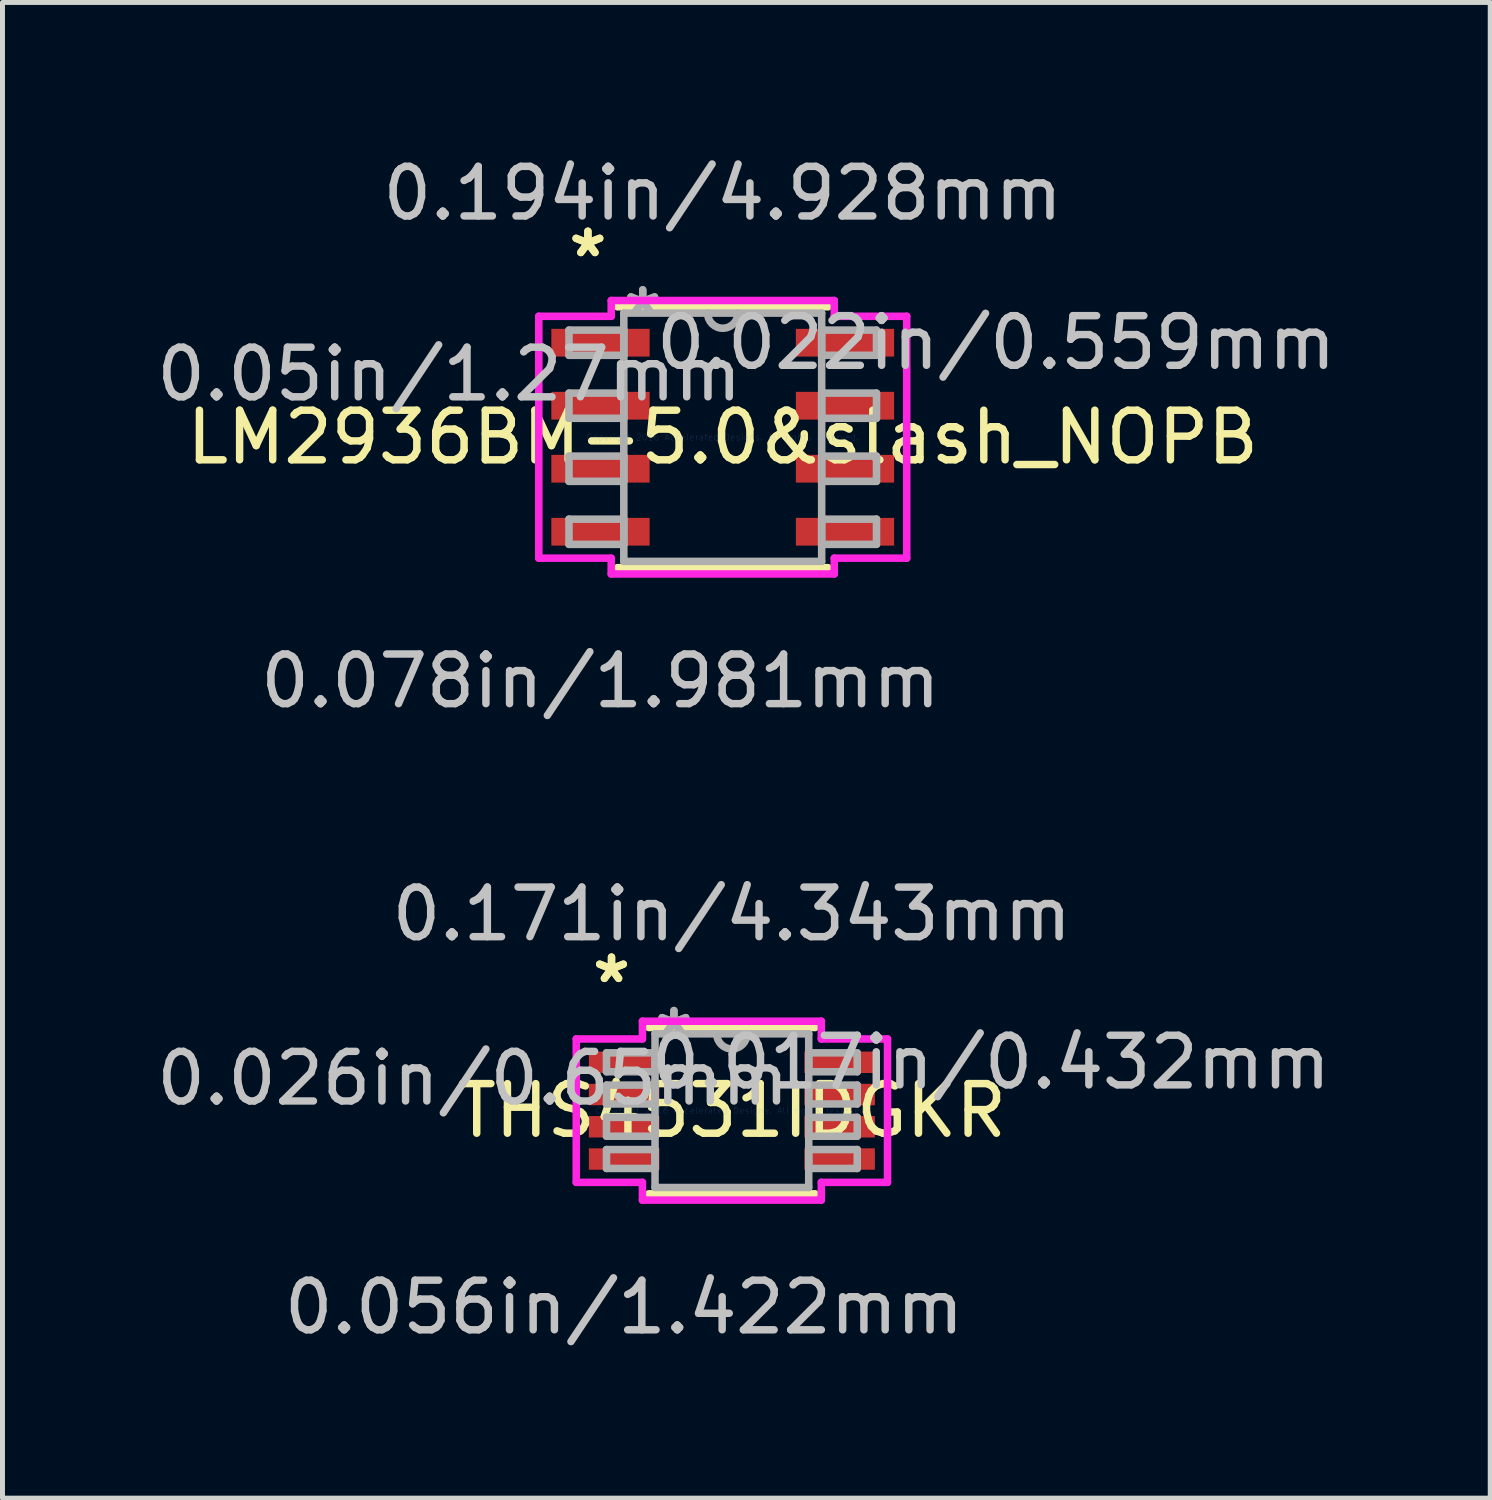
<source format=kicad_pcb>
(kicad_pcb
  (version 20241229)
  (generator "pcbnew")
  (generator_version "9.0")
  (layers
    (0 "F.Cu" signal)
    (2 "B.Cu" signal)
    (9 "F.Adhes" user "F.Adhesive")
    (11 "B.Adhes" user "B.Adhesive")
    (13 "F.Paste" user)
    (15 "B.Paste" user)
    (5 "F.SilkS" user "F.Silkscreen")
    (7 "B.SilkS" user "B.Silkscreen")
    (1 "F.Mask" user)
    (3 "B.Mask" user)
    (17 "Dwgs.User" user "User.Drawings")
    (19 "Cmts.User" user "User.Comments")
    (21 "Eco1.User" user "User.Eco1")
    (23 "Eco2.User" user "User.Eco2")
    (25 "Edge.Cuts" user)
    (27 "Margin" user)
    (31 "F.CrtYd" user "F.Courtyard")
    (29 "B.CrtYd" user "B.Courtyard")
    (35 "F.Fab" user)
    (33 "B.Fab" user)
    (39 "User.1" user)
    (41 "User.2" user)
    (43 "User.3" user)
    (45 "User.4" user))
  (footprint "LM2936BM-5.0&slash_NOPB"
    (layer "F.Cu")
    (at 11.518 5.763)
    (property "Reference" "LM2936BM-5.0&slash_NOPB" (at 0 0 0) (layer "F.SilkS") (effects (font (size 1 1) (thickness 0.15))))
    (attr through_hole)
    (fp_line (start -2.121 2.629) (end 2.121 2.629) (stroke (width 0.152) (type solid)) (layer "F.SilkS"))
    (fp_line (start 2.121 -2.629) (end -2.121 -2.629) (stroke (width 0.152) (type solid)) (layer "F.SilkS"))
    (fp_line (start -3.708 -2.438) (end -2.248 -2.438) (stroke (width 0.152) (type solid)) (layer "F.CrtYd"))
    (fp_line (start -3.708 2.438) (end -3.708 -2.438) (stroke (width 0.152) (type solid)) (layer "F.CrtYd"))
    (fp_line (start -2.248 -2.756) (end 2.248 -2.756) (stroke (width 0.152) (type solid)) (layer "F.CrtYd"))
    (fp_line (start -2.248 -2.438) (end -2.248 -2.756) (stroke (width 0.152) (type solid)) (layer "F.CrtYd"))
    (fp_line (start -2.248 2.438) (end -3.708 2.438) (stroke (width 0.152) (type solid)) (layer "F.CrtYd"))
    (fp_line (start -2.248 2.756) (end -2.248 2.438) (stroke (width 0.152) (type solid)) (layer "F.CrtYd"))
    (fp_line (start 2.248 -2.756) (end 2.248 -2.438) (stroke (width 0.152) (type solid)) (layer "F.CrtYd"))
    (fp_line (start 2.248 -2.438) (end 3.708 -2.438) (stroke (width 0.152) (type solid)) (layer "F.CrtYd"))
    (fp_line (start 2.248 2.438) (end 2.248 2.756) (stroke (width 0.152) (type solid)) (layer "F.CrtYd"))
    (fp_line (start 2.248 2.756) (end -2.248 2.756) (stroke (width 0.152) (type solid)) (layer "F.CrtYd"))
    (fp_line (start 3.708 -2.438) (end 3.708 2.438) (stroke (width 0.152) (type solid)) (layer "F.CrtYd"))
    (fp_line (start 3.708 2.438) (end 2.248 2.438) (stroke (width 0.152) (type solid)) (layer "F.CrtYd"))
    (fp_line (start -3.099 -2.159) (end -3.099 -1.651) (stroke (width 0.152) (type solid)) (layer "F.Fab"))
    (fp_line (start -3.099 -1.651) (end -1.994 -1.651) (stroke (width 0.152) (type solid)) (layer "F.Fab"))
    (fp_line (start -3.099 -0.889) (end -3.099 -0.381) (stroke (width 0.152) (type solid)) (layer "F.Fab"))
    (fp_line (start -3.099 -0.381) (end -1.994 -0.381) (stroke (width 0.152) (type solid)) (layer "F.Fab"))
    (fp_line (start -3.099 0.381) (end -3.099 0.889) (stroke (width 0.152) (type solid)) (layer "F.Fab"))
    (fp_line (start -3.099 0.889) (end -1.994 0.889) (stroke (width 0.152) (type solid)) (layer "F.Fab"))
    (fp_line (start -3.099 1.651) (end -3.099 2.159) (stroke (width 0.152) (type solid)) (layer "F.Fab"))
    (fp_line (start -3.099 2.159) (end -1.994 2.159) (stroke (width 0.152) (type solid)) (layer "F.Fab"))
    (fp_line (start -1.994 -2.502) (end -1.994 2.502) (stroke (width 0.152) (type solid)) (layer "F.Fab"))
    (fp_line (start -1.994 -2.159) (end -3.099 -2.159) (stroke (width 0.152) (type solid)) (layer "F.Fab"))
    (fp_line (start -1.994 -1.651) (end -1.994 -2.159) (stroke (width 0.152) (type solid)) (layer "F.Fab"))
    (fp_line (start -1.994 -0.889) (end -3.099 -0.889) (stroke (width 0.152) (type solid)) (layer "F.Fab"))
    (fp_line (start -1.994 -0.381) (end -1.994 -0.889) (stroke (width 0.152) (type solid)) (layer "F.Fab"))
    (fp_line (start -1.994 0.381) (end -3.099 0.381) (stroke (width 0.152) (type solid)) (layer "F.Fab"))
    (fp_line (start -1.994 0.889) (end -1.994 0.381) (stroke (width 0.152) (type solid)) (layer "F.Fab"))
    (fp_line (start -1.994 1.651) (end -3.099 1.651) (stroke (width 0.152) (type solid)) (layer "F.Fab"))
    (fp_line (start -1.994 2.159) (end -1.994 1.651) (stroke (width 0.152) (type solid)) (layer "F.Fab"))
    (fp_line (start -1.994 2.502) (end 1.994 2.502) (stroke (width 0.152) (type solid)) (layer "F.Fab"))
    (fp_line (start 1.994 -2.502) (end -1.994 -2.502) (stroke (width 0.152) (type solid)) (layer "F.Fab"))
    (fp_line (start 1.994 -2.159) (end 1.994 -1.651) (stroke (width 0.152) (type solid)) (layer "F.Fab"))
    (fp_line (start 1.994 -1.651) (end 3.099 -1.651) (stroke (width 0.152) (type solid)) (layer "F.Fab"))
    (fp_line (start 1.994 -0.889) (end 1.994 -0.381) (stroke (width 0.152) (type solid)) (layer "F.Fab"))
    (fp_line (start 1.994 -0.381) (end 3.099 -0.381) (stroke (width 0.152) (type solid)) (layer "F.Fab"))
    (fp_line (start 1.994 0.381) (end 1.994 0.889) (stroke (width 0.152) (type solid)) (layer "F.Fab"))
    (fp_line (start 1.994 0.889) (end 3.099 0.889) (stroke (width 0.152) (type solid)) (layer "F.Fab"))
    (fp_line (start 1.994 1.651) (end 1.994 2.159) (stroke (width 0.152) (type solid)) (layer "F.Fab"))
    (fp_line (start 1.994 2.159) (end 3.099 2.159) (stroke (width 0.152) (type solid)) (layer "F.Fab"))
    (fp_line (start 1.994 2.502) (end 1.994 -2.502) (stroke (width 0.152) (type solid)) (layer "F.Fab"))
    (fp_line (start 3.099 -2.159) (end 1.994 -2.159) (stroke (width 0.152) (type solid)) (layer "F.Fab"))
    (fp_line (start 3.099 -1.651) (end 3.099 -2.159) (stroke (width 0.152) (type solid)) (layer "F.Fab"))
    (fp_line (start 3.099 -0.889) (end 1.994 -0.889) (stroke (width 0.152) (type solid)) (layer "F.Fab"))
    (fp_line (start 3.099 -0.381) (end 3.099 -0.889) (stroke (width 0.152) (type solid)) (layer "F.Fab"))
    (fp_line (start 3.099 0.381) (end 1.994 0.381) (stroke (width 0.152) (type solid)) (layer "F.Fab"))
    (fp_line (start 3.099 0.889) (end 3.099 0.381) (stroke (width 0.152) (type solid)) (layer "F.Fab"))
    (fp_line (start 3.099 1.651) (end 1.994 1.651) (stroke (width 0.152) (type solid)) (layer "F.Fab"))
    (fp_line (start 3.099 2.159) (end 3.099 1.651) (stroke (width 0.152) (type solid)) (layer "F.Fab"))
    (fp_arc (start 0.3048 -2.5019) (mid 0 -2.1971) (end -0.3048 -2.5019) (stroke (width 0.1524) (type solid)) (layer "F.Fab"))
    (fp_text user "*" (at -2.718 -3.607 0) (layer "F.SilkS") (effects (font (size 1 1) (thickness 0.15))))
    (fp_text user "*" (at -2.718 -3.607 0) (layer "F.SilkS") (effects (font (size 1 1) (thickness 0.15))))
    (fp_text user "0.194in/4.928mm" (at 0 -4.915 0) (layer "Dwgs.User") (effects (font (size 1 1) (thickness 0.15))))
    (fp_text user "0.078in/1.981mm" (at -2.464 4.915 0) (layer "Dwgs.User") (effects (font (size 1 1) (thickness 0.15))))
    (fp_text user "0.05in/1.27mm" (at -5.512 -1.27 0) (layer "Dwgs.User") (effects (font (size 1 1) (thickness 0.15))))
    (fp_text user "0.022in/0.559mm" (at 5.512 -1.905 0) (layer "Dwgs.User") (effects (font (size 1 1) (thickness 0.15))))
    (fp_text user "Copyright 2016 Accelerated Designs. All rights reserved." (at 0 0 0) (layer "Cmts.User") (effects (font (size 0.127 0.127) (thickness 0.002))))
    (fp_text user "*" (at -1.613 -2.426 0) (layer "F.Fab") (effects (font (size 1 1) (thickness 0.15))))
    (fp_text user "*" (at -1.613 -2.426 0) (layer "F.Fab") (effects (font (size 1 1) (thickness 0.15))))
    (pad "1" smd rect (at -2.464 -1.905) (size 1.981 0.559) (layers "F.Cu" "F.Mask" "F.Paste"))
    (pad "2" smd rect (at -2.464 -0.635) (size 1.981 0.559) (layers "F.Cu" "F.Mask" "F.Paste"))
    (pad "3" smd rect (at -2.464 0.635) (size 1.981 0.559) (layers "F.Cu" "F.Mask" "F.Paste"))
    (pad "4" smd rect (at -2.464 1.905) (size 1.981 0.559) (layers "F.Cu" "F.Mask" "F.Paste"))
    (pad "5" smd rect (at 2.464 1.905) (size 1.981 0.559) (layers "F.Cu" "F.Mask" "F.Paste"))
    (pad "6" smd rect (at 2.464 0.635) (size 1.981 0.559) (layers "F.Cu" "F.Mask" "F.Paste"))
    (pad "7" smd rect (at 2.464 -0.635) (size 1.981 0.559) (layers "F.Cu" "F.Mask" "F.Paste"))
    (pad "8" smd rect (at 2.464 -1.905) (size 1.981 0.559) (layers "F.Cu" "F.Mask" "F.Paste")))
  (footprint "THS4531IDGKR"
    (layer "F.Cu")
    (at 11.702 19.337)
    (property "Reference" "THS4531IDGKR" (at 0 0 0) (layer "F.SilkS") (effects (font (size 1 1) (thickness 0.15))))
    (attr through_hole)
    (fp_line (start -1.676 1.676) (end 1.676 1.676) (stroke (width 0.152) (type solid)) (layer "F.SilkS"))
    (fp_line (start 1.676 -1.676) (end -1.676 -1.676) (stroke (width 0.152) (type solid)) (layer "F.SilkS"))
    (fp_line (start -3.137 -1.445) (end -1.803 -1.445) (stroke (width 0.152) (type solid)) (layer "F.CrtYd"))
    (fp_line (start -3.137 1.445) (end -3.137 -1.445) (stroke (width 0.152) (type solid)) (layer "F.CrtYd"))
    (fp_line (start -1.803 -1.803) (end 1.803 -1.803) (stroke (width 0.152) (type solid)) (layer "F.CrtYd"))
    (fp_line (start -1.803 -1.445) (end -1.803 -1.803) (stroke (width 0.152) (type solid)) (layer "F.CrtYd"))
    (fp_line (start -1.803 1.445) (end -3.137 1.445) (stroke (width 0.152) (type solid)) (layer "F.CrtYd"))
    (fp_line (start -1.803 1.803) (end -1.803 1.445) (stroke (width 0.152) (type solid)) (layer "F.CrtYd"))
    (fp_line (start 1.803 -1.803) (end 1.803 -1.445) (stroke (width 0.152) (type solid)) (layer "F.CrtYd"))
    (fp_line (start 1.803 -1.445) (end 3.137 -1.445) (stroke (width 0.152) (type solid)) (layer "F.CrtYd"))
    (fp_line (start 1.803 1.445) (end 1.803 1.803) (stroke (width 0.152) (type solid)) (layer "F.CrtYd"))
    (fp_line (start 1.803 1.803) (end -1.803 1.803) (stroke (width 0.152) (type solid)) (layer "F.CrtYd"))
    (fp_line (start 3.137 -1.445) (end 3.137 1.445) (stroke (width 0.152) (type solid)) (layer "F.CrtYd"))
    (fp_line (start 3.137 1.445) (end 1.803 1.445) (stroke (width 0.152) (type solid)) (layer "F.CrtYd"))
    (fp_line (start -2.527 -1.165) (end -2.527 -0.784) (stroke (width 0.152) (type solid)) (layer "F.Fab"))
    (fp_line (start -2.527 -0.784) (end -1.549 -0.784) (stroke (width 0.152) (type solid)) (layer "F.Fab"))
    (fp_line (start -2.527 -0.515) (end -2.527 -0.135) (stroke (width 0.152) (type solid)) (layer "F.Fab"))
    (fp_line (start -2.527 -0.135) (end -1.549 -0.135) (stroke (width 0.152) (type solid)) (layer "F.Fab"))
    (fp_line (start -2.527 0.135) (end -2.527 0.515) (stroke (width 0.152) (type solid)) (layer "F.Fab"))
    (fp_line (start -2.527 0.515) (end -1.549 0.515) (stroke (width 0.152) (type solid)) (layer "F.Fab"))
    (fp_line (start -2.527 0.784) (end -2.527 1.165) (stroke (width 0.152) (type solid)) (layer "F.Fab"))
    (fp_line (start -2.527 1.165) (end -1.549 1.165) (stroke (width 0.152) (type solid)) (layer "F.Fab"))
    (fp_line (start -1.549 -1.549) (end -1.549 1.549) (stroke (width 0.152) (type solid)) (layer "F.Fab"))
    (fp_line (start -1.549 -1.165) (end -2.527 -1.165) (stroke (width 0.152) (type solid)) (layer "F.Fab"))
    (fp_line (start -1.549 -0.784) (end -1.549 -1.165) (stroke (width 0.152) (type solid)) (layer "F.Fab"))
    (fp_line (start -1.549 -0.515) (end -2.527 -0.515) (stroke (width 0.152) (type solid)) (layer "F.Fab"))
    (fp_line (start -1.549 -0.135) (end -1.549 -0.515) (stroke (width 0.152) (type solid)) (layer "F.Fab"))
    (fp_line (start -1.549 0.135) (end -2.527 0.135) (stroke (width 0.152) (type solid)) (layer "F.Fab"))
    (fp_line (start -1.549 0.515) (end -1.549 0.135) (stroke (width 0.152) (type solid)) (layer "F.Fab"))
    (fp_line (start -1.549 0.784) (end -2.527 0.784) (stroke (width 0.152) (type solid)) (layer "F.Fab"))
    (fp_line (start -1.549 1.165) (end -1.549 0.784) (stroke (width 0.152) (type solid)) (layer "F.Fab"))
    (fp_line (start -1.549 1.549) (end 1.549 1.549) (stroke (width 0.152) (type solid)) (layer "F.Fab"))
    (fp_line (start 1.549 -1.549) (end -1.549 -1.549) (stroke (width 0.152) (type solid)) (layer "F.Fab"))
    (fp_line (start 1.549 -1.165) (end 1.549 -0.784) (stroke (width 0.152) (type solid)) (layer "F.Fab"))
    (fp_line (start 1.549 -0.784) (end 2.527 -0.784) (stroke (width 0.152) (type solid)) (layer "F.Fab"))
    (fp_line (start 1.549 -0.515) (end 1.549 -0.135) (stroke (width 0.152) (type solid)) (layer "F.Fab"))
    (fp_line (start 1.549 -0.135) (end 2.527 -0.135) (stroke (width 0.152) (type solid)) (layer "F.Fab"))
    (fp_line (start 1.549 0.135) (end 1.549 0.515) (stroke (width 0.152) (type solid)) (layer "F.Fab"))
    (fp_line (start 1.549 0.515) (end 2.527 0.515) (stroke (width 0.152) (type solid)) (layer "F.Fab"))
    (fp_line (start 1.549 0.784) (end 1.549 1.165) (stroke (width 0.152) (type solid)) (layer "F.Fab"))
    (fp_line (start 1.549 1.165) (end 2.527 1.165) (stroke (width 0.152) (type solid)) (layer "F.Fab"))
    (fp_line (start 1.549 1.549) (end 1.549 -1.549) (stroke (width 0.152) (type solid)) (layer "F.Fab"))
    (fp_line (start 2.527 -1.165) (end 1.549 -1.165) (stroke (width 0.152) (type solid)) (layer "F.Fab"))
    (fp_line (start 2.527 -0.784) (end 2.527 -1.165) (stroke (width 0.152) (type solid)) (layer "F.Fab"))
    (fp_line (start 2.527 -0.515) (end 1.549 -0.515) (stroke (width 0.152) (type solid)) (layer "F.Fab"))
    (fp_line (start 2.527 -0.135) (end 2.527 -0.515) (stroke (width 0.152) (type solid)) (layer "F.Fab"))
    (fp_line (start 2.527 0.135) (end 1.549 0.135) (stroke (width 0.152) (type solid)) (layer "F.Fab"))
    (fp_line (start 2.527 0.515) (end 2.527 0.135) (stroke (width 0.152) (type solid)) (layer "F.Fab"))
    (fp_line (start 2.527 0.784) (end 1.549 0.784) (stroke (width 0.152) (type solid)) (layer "F.Fab"))
    (fp_line (start 2.527 1.165) (end 2.527 0.784) (stroke (width 0.152) (type solid)) (layer "F.Fab"))
    (fp_arc (start 0.3048 -1.5494) (mid 0 -1.2446) (end -0.3048 -1.5494) (stroke (width 0.1524) (type solid)) (layer "F.Fab"))
    (fp_text user "*" (at -2.426 -2.55 0) (layer "F.SilkS") (effects (font (size 1 1) (thickness 0.15))))
    (fp_text user "*" (at -2.426 -2.55 0) (layer "F.SilkS") (effects (font (size 1 1) (thickness 0.15))))
    (fp_text user "0.017in/0.432mm" (at 5.22 -0.975 0) (layer "Dwgs.User") (effects (font (size 1 1) (thickness 0.15))))
    (fp_text user "0.056in/1.422mm" (at -2.172 3.962 0) (layer "Dwgs.User") (effects (font (size 1 1) (thickness 0.15))))
    (fp_text user "0.026in/0.65mm" (at -5.22 -0.65 0) (layer "Dwgs.User") (effects (font (size 1 1) (thickness 0.15))))
    (fp_text user "0.171in/4.343mm" (at 0 -3.962 0) (layer "Dwgs.User") (effects (font (size 1 1) (thickness 0.15))))
    (fp_text user "Copyright 2016 Accelerated Designs. All rights reserved." (at 0 0 0) (layer "Cmts.User") (effects (font (size 0.127 0.127) (thickness 0.002))))
    (fp_text user "*" (at -1.168 -1.473 0) (layer "F.Fab") (effects (font (size 1 1) (thickness 0.15))))
    (fp_text user "*" (at -1.168 -1.473 0) (layer "F.Fab") (effects (font (size 1 1) (thickness 0.15))))
    (pad "1" smd rect (at -2.172 -0.975) (size 1.422 0.432) (layers "F.Cu" "F.Mask" "F.Paste"))
    (pad "2" smd rect (at -2.172 -0.325) (size 1.422 0.432) (layers "F.Cu" "F.Mask" "F.Paste"))
    (pad "3" smd rect (at -2.172 0.325) (size 1.422 0.432) (layers "F.Cu" "F.Mask" "F.Paste"))
    (pad "4" smd rect (at -2.172 0.975) (size 1.422 0.432) (layers "F.Cu" "F.Mask" "F.Paste"))
    (pad "5" smd rect (at 2.172 0.975) (size 1.422 0.432) (layers "F.Cu" "F.Mask" "F.Paste"))
    (pad "6" smd rect (at 2.172 0.325) (size 1.422 0.432) (layers "F.Cu" "F.Mask" "F.Paste"))
    (pad "7" smd rect (at 2.172 -0.325) (size 1.422 0.432) (layers "F.Cu" "F.Mask" "F.Paste"))
    (pad "8" smd rect (at 2.172 -0.975) (size 1.422 0.432) (layers "F.Cu" "F.Mask" "F.Paste")))
  (gr_rect
    (start -3 -3)
    (end 26.988 27.148)
    (stroke (width 0.1) (type default))
    (fill no)
    (layer "Edge.Cuts")))
</source>
